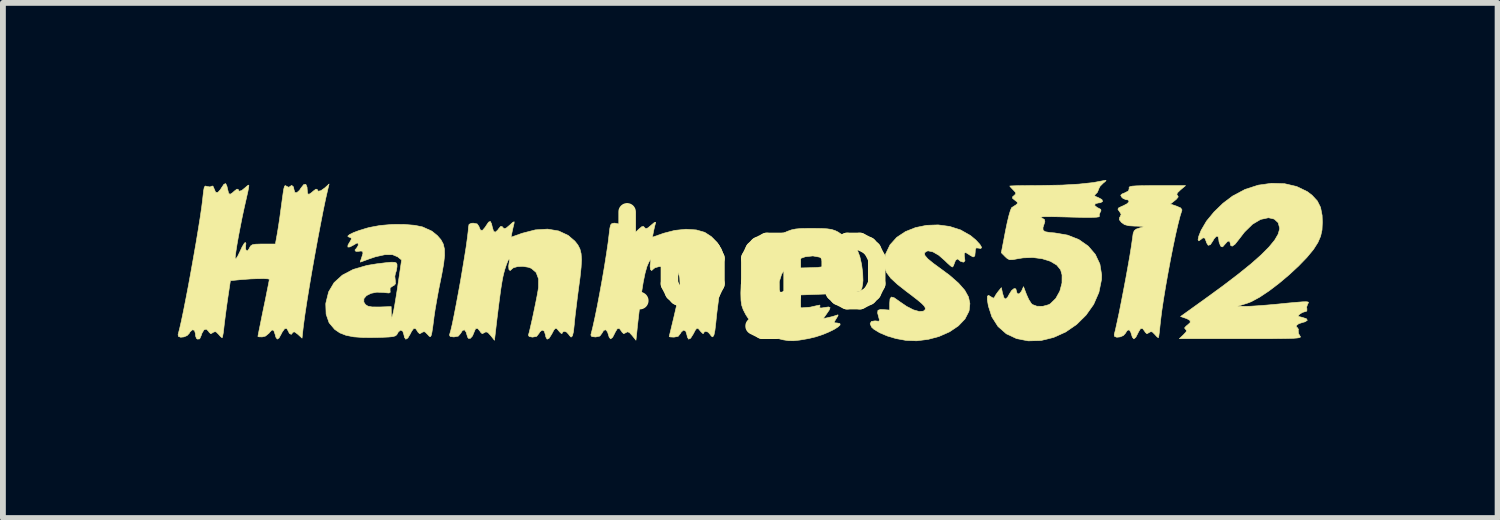
<source format=kicad_pcb>
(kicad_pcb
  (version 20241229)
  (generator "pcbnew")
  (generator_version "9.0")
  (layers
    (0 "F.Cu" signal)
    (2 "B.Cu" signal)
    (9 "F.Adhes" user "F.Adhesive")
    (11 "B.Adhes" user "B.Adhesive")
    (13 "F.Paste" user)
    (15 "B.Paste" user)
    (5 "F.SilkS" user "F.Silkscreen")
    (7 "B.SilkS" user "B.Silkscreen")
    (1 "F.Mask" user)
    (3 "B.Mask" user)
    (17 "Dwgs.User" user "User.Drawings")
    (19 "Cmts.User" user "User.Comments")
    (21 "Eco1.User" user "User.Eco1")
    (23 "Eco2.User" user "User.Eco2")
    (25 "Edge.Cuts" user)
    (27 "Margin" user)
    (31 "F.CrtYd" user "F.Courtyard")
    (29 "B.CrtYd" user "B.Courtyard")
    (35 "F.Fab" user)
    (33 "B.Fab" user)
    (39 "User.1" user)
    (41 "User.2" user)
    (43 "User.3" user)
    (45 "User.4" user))
  (footprint "logo"
    (layer "F.Cu")
    (at 9.812 1.418)
    (property "Reference" "logo" (at 0 0 0) (layer "F.SilkS") (effects (font (size 1.524 1.524) (thickness 0.3))))
    (attr through_hole)
    (fp_poly (pts (xy 3.427 -0.584) (xy 3.615 -0.524) (xy 3.786 -0.427) (xy 3.877 -0.351) (xy 3.947 -0.275) (xy 3.976 -0.225) (xy 3.963 -0.205) (xy 3.923 -0.212) (xy 3.883 -0.216) (xy 3.868 -0.185) (xy 3.866 -0.143) (xy 3.859 -0.077) (xy 3.831 -0.06) (xy 3.775 -0.091) (xy 3.766 -0.098) (xy 3.706 -0.135) (xy 3.678 -0.127) (xy 3.68 -0.072) (xy 3.683 -0.056) (xy 3.69 0.005) (xy 3.67 0.027) (xy 3.659 0.028) (xy 3.61 0.012) (xy 3.598 0) (xy 3.563 -0.027) (xy 3.529 -0.003) (xy 3.511 0.042) (xy 3.491 0.095) (xy 3.474 0.113) (xy 3.445 0.094) (xy 3.391 0.046) (xy 3.346 0.002) (xy 3.241 -0.09) (xy 3.142 -0.147) (xy 3.06 -0.165) (xy 3.034 -0.159) (xy 2.997 -0.131) (xy 3.002 -0.088) (xy 3.053 -0.028) (xy 3.151 0.052) (xy 3.224 0.105) (xy 3.427 0.255) (xy 3.58 0.389) (xy 3.687 0.511) (xy 3.751 0.626) (xy 3.775 0.739) (xy 3.763 0.853) (xy 3.757 0.875) (xy 3.691 1.003) (xy 3.577 1.122) (xy 3.426 1.224) (xy 3.244 1.304) (xy 3.061 1.353) (xy 2.862 1.378) (xy 2.68 1.371) (xy 2.505 1.339) (xy 2.358 1.295) (xy 2.228 1.24) (xy 2.13 1.181) (xy 2.09 1.145) (xy 2.064 1.086) (xy 2.085 1.046) (xy 2.147 1.036) (xy 2.16 1.037) (xy 2.213 1.043) (xy 2.224 1.021) (xy 2.214 0.985) (xy 2.192 0.9) (xy 2.198 0.855) (xy 2.239 0.841) (xy 2.293 0.843) (xy 2.399 0.851) (xy 2.399 0.736) (xy 2.405 0.659) (xy 2.428 0.627) (xy 2.475 0.639) (xy 2.554 0.694) (xy 2.564 0.702) (xy 2.69 0.788) (xy 2.806 0.847) (xy 2.905 0.875) (xy 2.977 0.87) (xy 3.006 0.845) (xy 3.012 0.82) (xy 2.996 0.786) (xy 2.952 0.74) (xy 2.875 0.675) (xy 2.76 0.586) (xy 2.693 0.536) (xy 2.534 0.411) (xy 2.419 0.305) (xy 2.346 0.208) (xy 2.309 0.113) (xy 2.305 0.012) (xy 2.328 -0.103) (xy 2.331 -0.115) (xy 2.405 -0.268) (xy 2.52 -0.396) (xy 2.669 -0.495) (xy 2.842 -0.564) (xy 3.032 -0.603) (xy 3.23 -0.61) (xy 3.427 -0.584)) (stroke (width 0.01) (type solid)) (fill yes) (layer "F.SilkS"))
    (fp_poly (pts (xy 7.387 -1.211) (xy 7.333 -1.159) (xy 7.325 -1.127) (xy 7.336 -1.116) (xy 7.349 -1.091) (xy 7.317 -1.051) (xy 7.293 -1.031) (xy 7.214 -0.968) (xy 7.32 -0.932) (xy 7.391 -0.901) (xy 7.413 -0.867) (xy 7.41 -0.855) (xy 7.38 -0.76) (xy 7.344 -0.619) (xy 7.303 -0.441) (xy 7.26 -0.236) (xy 7.216 -0.013) (xy 7.173 0.218) (xy 7.132 0.449) (xy 7.096 0.669) (xy 7.066 0.868) (xy 7.045 1.039) (xy 7.036 1.122) (xy 7.026 1.221) (xy 7.016 1.294) (xy 7.007 1.326) (xy 7.007 1.326) (xy 6.982 1.307) (xy 6.943 1.264) (xy 6.901 1.223) (xy 6.866 1.225) (xy 6.849 1.237) (xy 6.811 1.257) (xy 6.782 1.23) (xy 6.774 1.215) (xy 6.737 1.166) (xy 6.702 1.17) (xy 6.666 1.228) (xy 6.66 1.242) (xy 6.62 1.319) (xy 6.587 1.345) (xy 6.563 1.317) (xy 6.561 1.314) (xy 6.54 1.247) (xy 6.534 1.228) (xy 6.507 1.189) (xy 6.472 1.202) (xy 6.443 1.249) (xy 6.407 1.288) (xy 6.352 1.311) (xy 6.295 1.317) (xy 6.256 1.302) (xy 6.251 1.27) (xy 6.272 1.188) (xy 6.3 1.06) (xy 6.335 0.898) (xy 6.372 0.711) (xy 6.411 0.51) (xy 6.45 0.304) (xy 6.486 0.105) (xy 6.518 -0.077) (xy 6.543 -0.233) (xy 6.56 -0.351) (xy 6.563 -0.37) (xy 6.575 -0.46) (xy 6.594 -0.511) (xy 6.628 -0.538) (xy 6.684 -0.557) (xy 6.737 -0.572) (xy 6.751 -0.581) (xy 6.719 -0.586) (xy 6.638 -0.589) (xy 6.611 -0.589) (xy 6.5 -0.596) (xy 6.428 -0.615) (xy 6.378 -0.65) (xy 6.376 -0.651) (xy 6.338 -0.7) (xy 6.343 -0.738) (xy 6.352 -0.75) (xy 6.37 -0.792) (xy 6.343 -0.838) (xy 6.339 -0.843) (xy 6.315 -0.876) (xy 6.322 -0.899) (xy 6.371 -0.924) (xy 6.409 -0.94) (xy 6.476 -0.976) (xy 6.505 -1.012) (xy 6.49 -1.038) (xy 6.451 -1.044) (xy 6.403 -1.064) (xy 6.378 -1.087) (xy 6.362 -1.119) (xy 6.387 -1.142) (xy 6.432 -1.16) (xy 6.495 -1.193) (xy 6.508 -1.233) (xy 6.506 -1.238) (xy 6.506 -1.255) (xy 6.521 -1.267) (xy 6.56 -1.275) (xy 6.63 -1.28) (xy 6.737 -1.283) (xy 6.891 -1.284) (xy 6.983 -1.284) (xy 7.474 -1.284) (xy 7.387 -1.211)) (stroke (width 0.01) (type solid)) (fill yes) (layer "F.SilkS"))
    (fp_poly (pts (xy 1.221 -0.549) (xy 1.326 -0.543) (xy 1.402 -0.532) (xy 1.464 -0.512) (xy 1.511 -0.489) (xy 1.633 -0.408) (xy 1.747 -0.303) (xy 1.833 -0.195) (xy 1.849 -0.167) (xy 1.887 -0.066) (xy 1.917 0.067) (xy 1.936 0.211) (xy 1.941 0.342) (xy 1.936 0.401) (xy 1.921 0.48) (xy 1.898 0.52) (xy 1.849 0.538) (xy 1.798 0.546) (xy 1.731 0.552) (xy 1.62 0.56) (xy 1.476 0.567) (xy 1.31 0.575) (xy 1.156 0.581) (xy 0.633 0.6) (xy 0.637 0.533) (xy 0.651 0.455) (xy 0.664 0.413) (xy 0.668 0.342) (xy 0.653 0.306) (xy 0.636 0.264) (xy 0.662 0.238) (xy 0.69 0.226) (xy 0.738 0.195) (xy 0.747 0.163) (xy 0.754 0.146) (xy 0.795 0.134) (xy 0.877 0.128) (xy 1.002 0.125) (xy 1.155 0.12) (xy 1.256 0.107) (xy 1.309 0.084) (xy 1.317 0.05) (xy 1.287 0.003) (xy 1.197 -0.057) (xy 1.082 -0.078) (xy 0.953 -0.064) (xy 0.821 -0.018) (xy 0.699 0.057) (xy 0.597 0.156) (xy 0.546 0.234) (xy 0.505 0.363) (xy 0.506 0.499) (xy 0.543 0.626) (xy 0.615 0.729) (xy 0.682 0.779) (xy 0.774 0.805) (xy 0.898 0.812) (xy 1.035 0.801) (xy 1.154 0.774) (xy 1.201 0.765) (xy 1.204 0.783) (xy 1.2 0.79) (xy 1.196 0.812) (xy 1.232 0.815) (xy 1.28 0.807) (xy 1.351 0.797) (xy 1.377 0.809) (xy 1.362 0.85) (xy 1.321 0.91) (xy 1.26 0.997) (xy 1.342 0.98) (xy 1.422 0.961) (xy 1.478 0.943) (xy 1.512 0.932) (xy 1.513 0.947) (xy 1.482 0.998) (xy 1.451 1.049) (xy 1.453 1.069) (xy 1.493 1.072) (xy 1.495 1.072) (xy 1.545 1.081) (xy 1.549 1.105) (xy 1.514 1.139) (xy 1.448 1.181) (xy 1.359 1.225) (xy 1.254 1.269) (xy 1.139 1.307) (xy 1.023 1.336) (xy 0.993 1.342) (xy 0.852 1.366) (xy 0.748 1.377) (xy 0.661 1.375) (xy 0.572 1.361) (xy 0.48 1.338) (xy 0.288 1.263) (xy 0.117 1.149) (xy -0.019 1.006) (xy -0.068 0.931) (xy -0.113 0.844) (xy -0.139 0.769) (xy -0.151 0.685) (xy -0.154 0.569) (xy -0.154 0.55) (xy -0.149 0.415) (xy -0.132 0.31) (xy -0.098 0.208) (xy -0.073 0.15) (xy 0.029 -0.02) (xy 0.173 -0.185) (xy 0.345 -0.332) (xy 0.532 -0.448) (xy 0.556 -0.459) (xy 0.643 -0.499) (xy 0.715 -0.525) (xy 0.788 -0.54) (xy 0.878 -0.548) (xy 1.002 -0.55) (xy 1.072 -0.55) (xy 1.221 -0.549)) (stroke (width 0.01) (type solid)) (fill yes) (layer "F.SilkS"))
    (fp_poly (pts (xy 9.173 -1.317) (xy 9.38 -1.269) (xy 9.563 -1.181) (xy 9.644 -1.119) (xy 9.734 -1.022) (xy 9.79 -0.911) (xy 9.817 -0.772) (xy 9.821 -0.656) (xy 9.815 -0.523) (xy 9.791 -0.416) (xy 9.745 -0.309) (xy 9.67 -0.191) (xy 9.556 -0.053) (xy 9.413 0.095) (xy 9.25 0.246) (xy 9.078 0.391) (xy 8.906 0.522) (xy 8.744 0.63) (xy 8.601 0.707) (xy 8.533 0.733) (xy 8.368 0.785) (xy 8.509 0.787) (xy 8.589 0.785) (xy 8.711 0.777) (xy 8.858 0.766) (xy 9.017 0.752) (xy 9.059 0.748) (xy 9.248 0.729) (xy 9.387 0.717) (xy 9.484 0.709) (xy 9.544 0.708) (xy 9.575 0.712) (xy 9.584 0.722) (xy 9.576 0.737) (xy 9.57 0.744) (xy 9.551 0.801) (xy 9.556 0.829) (xy 9.555 0.868) (xy 9.533 0.875) (xy 9.481 0.891) (xy 9.439 0.916) (xy 9.406 0.944) (xy 9.415 0.961) (xy 9.472 0.975) (xy 9.476 0.976) (xy 9.547 0.999) (xy 9.563 1.026) (xy 9.524 1.052) (xy 9.482 1.063) (xy 9.415 1.085) (xy 9.376 1.115) (xy 9.376 1.142) (xy 9.391 1.15) (xy 9.411 1.181) (xy 9.407 1.202) (xy 9.412 1.254) (xy 9.436 1.293) (xy 9.445 1.306) (xy 9.443 1.316) (xy 9.425 1.324) (xy 9.387 1.33) (xy 9.323 1.335) (xy 9.228 1.338) (xy 9.097 1.34) (xy 8.925 1.341) (xy 8.707 1.341) (xy 8.438 1.341) (xy 8.424 1.341) (xy 7.368 1.341) (xy 7.44 1.273) (xy 7.485 1.224) (xy 7.488 1.194) (xy 7.475 1.182) (xy 7.457 1.158) (xy 7.484 1.126) (xy 7.5 1.114) (xy 7.553 1.067) (xy 7.553 1.031) (xy 7.498 0.999) (xy 7.476 0.991) (xy 7.389 0.961) (xy 7.808 0.66) (xy 8.118 0.434) (xy 8.38 0.234) (xy 8.598 0.058) (xy 8.773 -0.097) (xy 8.907 -0.232) (xy 9.003 -0.349) (xy 9.062 -0.45) (xy 9.087 -0.537) (xy 9.088 -0.557) (xy 9.063 -0.648) (xy 8.996 -0.71) (xy 8.898 -0.733) (xy 8.895 -0.733) (xy 8.761 -0.704) (xy 8.623 -0.622) (xy 8.486 -0.488) (xy 8.385 -0.357) (xy 8.322 -0.278) (xy 8.274 -0.245) (xy 8.247 -0.259) (xy 8.241 -0.298) (xy 8.227 -0.335) (xy 8.193 -0.326) (xy 8.147 -0.275) (xy 8.111 -0.234) (xy 8.086 -0.237) (xy 8.073 -0.254) (xy 8.049 -0.317) (xy 8.044 -0.36) (xy 8.032 -0.413) (xy 8.003 -0.416) (xy 7.963 -0.371) (xy 7.945 -0.339) (xy 7.9 -0.271) (xy 7.863 -0.26) (xy 7.835 -0.304) (xy 7.829 -0.325) (xy 7.806 -0.383) (xy 7.773 -0.389) (xy 7.739 -0.362) (xy 7.702 -0.336) (xy 7.689 -0.356) (xy 7.701 -0.416) (xy 7.738 -0.509) (xy 7.743 -0.52) (xy 7.833 -0.674) (xy 7.963 -0.832) (xy 8.118 -0.982) (xy 8.281 -1.105) (xy 8.495 -1.219) (xy 8.721 -1.292) (xy 8.95 -1.324) (xy 9.173 -1.317)) (stroke (width 0.01) (type solid)) (fill yes) (layer "F.SilkS"))
    (fp_poly (pts (xy -5.746 -0.603) (xy -5.615 -0.576) (xy -5.454 -0.503) (xy -5.36 -0.427) (xy -5.299 -0.357) (xy -5.259 -0.283) (xy -5.238 -0.195) (xy -5.236 -0.084) (xy -5.252 0.059) (xy -5.285 0.243) (xy -5.302 0.326) (xy -5.337 0.498) (xy -5.37 0.679) (xy -5.399 0.847) (xy -5.419 0.983) (xy -5.419 0.988) (xy -5.438 1.134) (xy -5.453 1.232) (xy -5.466 1.287) (xy -5.48 1.308) (xy -5.498 1.301) (xy -5.523 1.273) (xy -5.529 1.267) (xy -5.572 1.224) (xy -5.606 1.224) (xy -5.625 1.237) (xy -5.663 1.257) (xy -5.692 1.23) (xy -5.7 1.215) (xy -5.734 1.167) (xy -5.767 1.168) (xy -5.804 1.219) (xy -5.822 1.256) (xy -5.866 1.33) (xy -5.901 1.351) (xy -5.925 1.317) (xy -5.932 1.279) (xy -5.953 1.213) (xy -5.99 1.194) (xy -6.029 1.226) (xy -6.041 1.247) (xy -6.056 1.274) (xy -6.08 1.293) (xy -6.122 1.306) (xy -6.193 1.313) (xy -6.302 1.318) (xy -6.411 1.321) (xy -6.625 1.322) (xy -6.794 1.31) (xy -6.926 1.284) (xy -7.033 1.242) (xy -7.121 1.182) (xy -7.217 1.068) (xy -7.268 0.921) (xy -7.274 0.747) (xy -7.272 0.729) (xy -7.225 0.539) (xy -7.131 0.38) (xy -6.99 0.252) (xy -6.802 0.153) (xy -6.567 0.085) (xy -6.402 0.058) (xy -6.255 0.04) (xy -6.156 0.03) (xy -6.095 0.031) (xy -6.063 0.043) (xy -6.052 0.067) (xy -6.052 0.105) (xy -6.052 0.108) (xy -6.064 0.179) (xy -6.079 0.222) (xy -6.089 0.272) (xy -6.082 0.337) (xy -6.077 0.399) (xy -6.104 0.429) (xy -6.125 0.438) (xy -6.17 0.47) (xy -6.171 0.512) (xy -6.168 0.545) (xy -6.189 0.558) (xy -6.249 0.553) (xy -6.28 0.549) (xy -6.398 0.544) (xy -6.499 0.564) (xy -6.576 0.603) (xy -6.62 0.655) (xy -6.621 0.714) (xy -6.592 0.758) (xy -6.55 0.784) (xy -6.481 0.797) (xy -6.374 0.798) (xy -6.349 0.798) (xy -6.152 0.791) (xy -6.15 0.896) (xy -6.148 1.002) (xy -6.122 0.917) (xy -6.109 0.86) (xy -6.09 0.759) (xy -6.068 0.626) (xy -6.044 0.476) (xy -6.035 0.412) (xy -5.973 -0.008) (xy -6.041 -0.063) (xy -6.13 -0.1) (xy -6.257 -0.1) (xy -6.42 -0.064) (xy -6.53 -0.027) (xy -6.611 0.003) (xy -6.666 0.023) (xy -6.681 0.028) (xy -6.677 0.006) (xy -6.66 -0.044) (xy -6.636 -0.122) (xy -6.642 -0.159) (xy -6.682 -0.162) (xy -6.703 -0.158) (xy -6.757 -0.156) (xy -6.774 -0.179) (xy -6.745 -0.212) (xy -6.745 -0.212) (xy -6.72 -0.252) (xy -6.717 -0.273) (xy -6.722 -0.3) (xy -6.748 -0.295) (xy -6.786 -0.271) (xy -6.859 -0.232) (xy -6.895 -0.23) (xy -6.893 -0.264) (xy -6.875 -0.295) (xy -6.839 -0.355) (xy -6.836 -0.385) (xy -6.867 -0.399) (xy -6.879 -0.402) (xy -6.897 -0.417) (xy -6.867 -0.444) (xy -6.798 -0.478) (xy -6.697 -0.516) (xy -6.571 -0.554) (xy -6.527 -0.566) (xy -6.344 -0.6) (xy -6.139 -0.618) (xy -5.934 -0.619) (xy -5.746 -0.603)) (stroke (width 0.01) (type solid)) (fill yes) (layer "F.SilkS"))
    (fp_poly (pts (xy 6.097 -1.355) (xy 6.061 -1.326) (xy 6.008 -1.273) (xy 5.983 -1.225) (xy 5.983 -1.221) (xy 5.962 -1.169) (xy 5.936 -1.143) (xy 5.912 -1.118) (xy 5.928 -1.099) (xy 5.981 -1.077) (xy 6.04 -1.045) (xy 6.051 -1.012) (xy 6.014 -0.99) (xy 5.983 -0.988) (xy 5.925 -0.974) (xy 5.916 -0.943) (xy 5.958 -0.908) (xy 5.97 -0.903) (xy 6.02 -0.877) (xy 6.023 -0.849) (xy 6.012 -0.833) (xy 5.993 -0.784) (xy 5.998 -0.761) (xy 5.989 -0.749) (xy 5.944 -0.742) (xy 5.857 -0.739) (xy 5.725 -0.739) (xy 5.542 -0.743) (xy 5.471 -0.745) (xy 5.277 -0.75) (xy 5.135 -0.752) (xy 5.043 -0.751) (xy 4.996 -0.745) (xy 4.991 -0.737) (xy 5.001 -0.732) (xy 5.053 -0.704) (xy 5.061 -0.666) (xy 5.05 -0.631) (xy 5.028 -0.562) (xy 5.031 -0.518) (xy 5.068 -0.493) (xy 5.148 -0.479) (xy 5.228 -0.473) (xy 5.451 -0.435) (xy 5.645 -0.358) (xy 5.805 -0.246) (xy 5.926 -0.105) (xy 6.005 0.062) (xy 6.035 0.249) (xy 6.033 0.325) (xy 5.988 0.547) (xy 5.898 0.753) (xy 5.767 0.938) (xy 5.605 1.098) (xy 5.417 1.227) (xy 5.211 1.32) (xy 4.995 1.373) (xy 4.775 1.379) (xy 4.578 1.341) (xy 4.4 1.258) (xy 4.257 1.132) (xy 4.152 0.967) (xy 4.092 0.781) (xy 4.074 0.672) (xy 4.075 0.613) (xy 4.095 0.598) (xy 4.137 0.623) (xy 4.138 0.624) (xy 4.179 0.648) (xy 4.198 0.628) (xy 4.224 0.582) (xy 4.262 0.53) (xy 4.315 0.466) (xy 4.334 0.558) (xy 4.358 0.638) (xy 4.387 0.662) (xy 4.423 0.63) (xy 4.45 0.58) (xy 4.491 0.515) (xy 4.533 0.482) (xy 4.563 0.487) (xy 4.572 0.52) (xy 4.587 0.57) (xy 4.62 0.573) (xy 4.657 0.532) (xy 4.662 0.523) (xy 4.695 0.449) (xy 4.746 0.584) (xy 4.785 0.67) (xy 4.827 0.736) (xy 4.845 0.755) (xy 4.925 0.785) (xy 5.027 0.786) (xy 5.125 0.759) (xy 5.153 0.744) (xy 5.248 0.652) (xy 5.318 0.526) (xy 5.355 0.386) (xy 5.356 0.248) (xy 5.331 0.16) (xy 5.265 0.079) (xy 5.156 0.014) (xy 5.016 -0.03) (xy 4.856 -0.051) (xy 4.688 -0.045) (xy 4.6 -0.031) (xy 4.511 -0.014) (xy 4.456 -0.013) (xy 4.416 -0.033) (xy 4.381 -0.065) (xy 4.314 -0.133) (xy 4.386 -0.509) (xy 4.415 -0.649) (xy 4.444 -0.769) (xy 4.47 -0.857) (xy 4.49 -0.904) (xy 4.494 -0.908) (xy 4.565 -0.953) (xy 4.594 -0.981) (xy 4.584 -1.005) (xy 4.549 -1.032) (xy 4.506 -1.067) (xy 4.507 -1.092) (xy 4.532 -1.113) (xy 4.562 -1.142) (xy 4.555 -1.171) (xy 4.52 -1.209) (xy 4.477 -1.254) (xy 4.459 -1.277) (xy 4.459 -1.277) (xy 4.486 -1.279) (xy 4.561 -1.282) (xy 4.675 -1.284) (xy 4.82 -1.285) (xy 4.988 -1.286) (xy 5.017 -1.287) (xy 5.354 -1.293) (xy 5.646 -1.31) (xy 5.89 -1.336) (xy 6.081 -1.372) (xy 6.082 -1.372) (xy 6.111 -1.375) (xy 6.097 -1.355)) (stroke (width 0.01) (type solid)) (fill yes) (layer "F.SilkS"))
    (fp_poly (pts (xy -2.003 -0.625) (xy -1.991 -0.575) (xy -1.972 -0.473) (xy -1.902 -0.539) (xy -1.851 -0.581) (xy -1.822 -0.583) (xy -1.806 -0.564) (xy -1.783 -0.545) (xy -1.747 -0.559) (xy -1.69 -0.607) (xy -1.638 -0.651) (xy -1.615 -0.656) (xy -1.617 -0.644) (xy -1.633 -0.584) (xy -1.651 -0.503) (xy -1.652 -0.498) (xy -1.671 -0.399) (xy -1.477 -0.467) (xy -1.287 -0.516) (xy -1.095 -0.536) (xy -0.918 -0.524) (xy -0.774 -0.483) (xy -0.66 -0.409) (xy -0.559 -0.306) (xy -0.486 -0.19) (xy -0.461 -0.114) (xy -0.458 -0.047) (xy -0.463 0.065) (xy -0.477 0.21) (xy -0.497 0.378) (xy -0.503 0.423) (xy -0.526 0.593) (xy -0.548 0.761) (xy -0.567 0.912) (xy -0.579 1.028) (xy -0.582 1.058) (xy -0.598 1.195) (xy -0.615 1.278) (xy -0.636 1.311) (xy -0.662 1.296) (xy -0.675 1.275) (xy -0.714 1.23) (xy -0.758 1.214) (xy -0.787 1.231) (xy -0.791 1.249) (xy -0.805 1.254) (xy -0.84 1.221) (xy -0.845 1.214) (xy -0.882 1.17) (xy -0.908 1.162) (xy -0.935 1.195) (xy -0.971 1.263) (xy -1.016 1.334) (xy -1.05 1.35) (xy -1.072 1.312) (xy -1.078 1.279) (xy -1.099 1.212) (xy -1.136 1.194) (xy -1.176 1.227) (xy -1.188 1.249) (xy -1.23 1.302) (xy -1.301 1.315) (xy -1.359 1.312) (xy -1.383 1.307) (xy -1.377 1.279) (xy -1.359 1.207) (xy -1.334 1.102) (xy -1.303 0.974) (xy -1.301 0.965) (xy -1.247 0.732) (xy -1.212 0.546) (xy -1.197 0.401) (xy -1.202 0.293) (xy -1.228 0.214) (xy -1.274 0.16) (xy -1.342 0.125) (xy -1.372 0.116) (xy -1.465 0.101) (xy -1.557 0.105) (xy -1.628 0.125) (xy -1.653 0.145) (xy -1.684 0.173) (xy -1.705 0.154) (xy -1.711 0.096) (xy -1.707 0.064) (xy -1.698 -0.003) (xy -1.701 -0.019) (xy -1.721 0.01) (xy -1.732 0.029) (xy -1.765 0.105) (xy -1.797 0.219) (xy -1.829 0.375) (xy -1.861 0.575) (xy -1.893 0.824) (xy -1.928 1.125) (xy -1.935 1.199) (xy -1.953 1.368) (xy -2.019 1.286) (xy -2.067 1.234) (xy -2.101 1.224) (xy -2.127 1.239) (xy -2.164 1.256) (xy -2.194 1.227) (xy -2.2 1.215) (xy -2.238 1.166) (xy -2.272 1.17) (xy -2.308 1.228) (xy -2.314 1.242) (xy -2.354 1.319) (xy -2.388 1.345) (xy -2.412 1.317) (xy -2.413 1.314) (xy -2.434 1.247) (xy -2.44 1.228) (xy -2.469 1.189) (xy -2.507 1.199) (xy -2.537 1.249) (xy -2.573 1.297) (xy -2.642 1.312) (xy -2.649 1.312) (xy -2.711 1.305) (xy -2.727 1.279) (xy -2.725 1.27) (xy -2.694 1.147) (xy -2.657 0.98) (xy -2.616 0.78) (xy -2.574 0.559) (xy -2.532 0.328) (xy -2.493 0.1) (xy -2.459 -0.115) (xy -2.431 -0.305) (xy -2.413 -0.454) (xy -2.401 -0.553) (xy -2.388 -0.609) (xy -2.366 -0.633) (xy -2.33 -0.64) (xy -2.313 -0.64) (xy -2.248 -0.626) (xy -2.218 -0.578) (xy -2.217 -0.574) (xy -2.191 -0.518) (xy -2.156 -0.518) (xy -2.113 -0.574) (xy -2.103 -0.593) (xy -2.06 -0.659) (xy -2.028 -0.67) (xy -2.003 -0.625)) (stroke (width 0.01) (type solid)) (fill yes) (layer "F.SilkS"))
    (fp_poly (pts (xy -4.43 -0.628) (xy -4.419 -0.579) (xy -4.397 -0.504) (xy -4.368 -0.484) (xy -4.327 -0.518) (xy -4.309 -0.543) (xy -4.273 -0.585) (xy -4.248 -0.581) (xy -4.236 -0.565) (xy -4.212 -0.545) (xy -4.177 -0.557) (xy -4.119 -0.606) (xy -4.118 -0.607) (xy -4.065 -0.655) (xy -4.042 -0.664) (xy -4.044 -0.638) (xy -4.044 -0.635) (xy -4.061 -0.566) (xy -4.078 -0.489) (xy -4.096 -0.399) (xy -3.904 -0.467) (xy -3.679 -0.525) (xy -3.469 -0.538) (xy -3.279 -0.506) (xy -3.116 -0.43) (xy -3 -0.33) (xy -2.949 -0.265) (xy -2.914 -0.197) (xy -2.894 -0.117) (xy -2.887 -0.015) (xy -2.894 0.117) (xy -2.912 0.289) (xy -2.932 0.437) (xy -2.955 0.61) (xy -2.976 0.782) (xy -2.995 0.936) (xy -3.008 1.057) (xy -3.011 1.095) (xy -3.025 1.221) (xy -3.043 1.294) (xy -3.066 1.315) (xy -3.095 1.286) (xy -3.104 1.271) (xy -3.143 1.228) (xy -3.187 1.214) (xy -3.215 1.233) (xy -3.218 1.249) (xy -3.232 1.254) (xy -3.267 1.221) (xy -3.272 1.214) (xy -3.309 1.17) (xy -3.335 1.162) (xy -3.362 1.195) (xy -3.398 1.263) (xy -3.443 1.334) (xy -3.477 1.35) (xy -3.499 1.312) (xy -3.505 1.279) (xy -3.526 1.212) (xy -3.563 1.194) (xy -3.603 1.227) (xy -3.615 1.249) (xy -3.657 1.302) (xy -3.728 1.315) (xy -3.785 1.304) (xy -3.798 1.28) (xy -3.783 1.229) (xy -3.761 1.135) (xy -3.733 1.013) (xy -3.704 0.876) (xy -3.675 0.737) (xy -3.65 0.611) (xy -3.632 0.51) (xy -3.625 0.463) (xy -3.624 0.316) (xy -3.665 0.206) (xy -3.747 0.135) (xy -3.799 0.116) (xy -3.892 0.101) (xy -3.985 0.105) (xy -4.055 0.125) (xy -4.08 0.145) (xy -4.111 0.173) (xy -4.132 0.155) (xy -4.137 0.098) (xy -4.133 0.071) (xy -4.123 -0.003) (xy -4.128 -0.026) (xy -4.146 -0.001) (xy -4.174 0.067) (xy -4.202 0.151) (xy -4.219 0.213) (xy -4.236 0.284) (xy -4.252 0.371) (xy -4.27 0.482) (xy -4.289 0.622) (xy -4.312 0.799) (xy -4.339 1.019) (xy -4.365 1.242) (xy -4.38 1.369) (xy -4.446 1.286) (xy -4.494 1.234) (xy -4.528 1.224) (xy -4.554 1.239) (xy -4.591 1.256) (xy -4.621 1.227) (xy -4.627 1.215) (xy -4.668 1.165) (xy -4.704 1.17) (xy -4.729 1.227) (xy -4.757 1.295) (xy -4.793 1.335) (xy -4.826 1.337) (xy -4.84 1.316) (xy -4.861 1.248) (xy -4.867 1.228) (xy -4.895 1.189) (xy -4.93 1.202) (xy -4.959 1.249) (xy -5.001 1.298) (xy -5.076 1.312) (xy -5.076 1.312) (xy -5.139 1.304) (xy -5.152 1.279) (xy -5.151 1.274) (xy -5.131 1.207) (xy -5.104 1.093) (xy -5.073 0.941) (xy -5.038 0.761) (xy -5.001 0.563) (xy -4.963 0.355) (xy -4.928 0.147) (xy -4.895 -0.052) (xy -4.866 -0.233) (xy -4.845 -0.387) (xy -4.831 -0.503) (xy -4.826 -0.57) (xy -4.816 -0.62) (xy -4.776 -0.638) (xy -4.743 -0.64) (xy -4.677 -0.627) (xy -4.646 -0.583) (xy -4.644 -0.574) (xy -4.619 -0.519) (xy -4.584 -0.518) (xy -4.538 -0.572) (xy -4.525 -0.593) (xy -4.481 -0.658) (xy -4.451 -0.67) (xy -4.43 -0.628)) (stroke (width 0.01) (type solid)) (fill yes) (layer "F.SilkS"))
    (fp_poly (pts (xy -8.97 -1.276) (xy -8.959 -1.228) (xy -8.941 -1.155) (xy -8.917 -1.134) (xy -8.874 -1.161) (xy -8.842 -1.19) (xy -8.799 -1.223) (xy -8.777 -1.221) (xy -8.777 -1.218) (xy -8.761 -1.188) (xy -8.717 -1.199) (xy -8.662 -1.244) (xy -8.617 -1.283) (xy -8.594 -1.293) (xy -8.595 -1.264) (xy -8.608 -1.192) (xy -8.63 -1.094) (xy -8.638 -1.058) (xy -8.671 -0.913) (xy -8.706 -0.751) (xy -8.739 -0.584) (xy -8.77 -0.423) (xy -8.796 -0.276) (xy -8.815 -0.155) (xy -8.826 -0.069) (xy -8.828 -0.032) (xy -8.813 -0.031) (xy -8.784 -0.074) (xy -8.748 -0.148) (xy -8.709 -0.232) (xy -8.674 -0.291) (xy -8.655 -0.31) (xy -8.643 -0.289) (xy -8.648 -0.261) (xy -8.649 -0.2) (xy -8.64 -0.176) (xy -8.617 -0.163) (xy -8.589 -0.202) (xy -8.585 -0.211) (xy -8.564 -0.248) (xy -8.534 -0.269) (xy -8.481 -0.279) (xy -8.391 -0.282) (xy -8.345 -0.282) (xy -8.138 -0.282) (xy -8.106 -0.459) (xy -8.087 -0.575) (xy -8.065 -0.719) (xy -8.046 -0.861) (xy -8.044 -0.875) (xy -8.022 -1.038) (xy -8.006 -1.153) (xy -7.994 -1.228) (xy -7.983 -1.268) (xy -7.972 -1.284) (xy -7.958 -1.281) (xy -7.945 -1.271) (xy -7.905 -1.255) (xy -7.889 -1.269) (xy -7.858 -1.288) (xy -7.829 -1.263) (xy -7.818 -1.212) (xy -7.804 -1.165) (xy -7.769 -1.164) (xy -7.724 -1.204) (xy -7.698 -1.244) (xy -7.652 -1.302) (xy -7.616 -1.306) (xy -7.595 -1.257) (xy -7.592 -1.212) (xy -7.586 -1.149) (xy -7.563 -1.134) (xy -7.516 -1.165) (xy -7.488 -1.19) (xy -7.444 -1.223) (xy -7.423 -1.221) (xy -7.422 -1.218) (xy -7.405 -1.188) (xy -7.358 -1.197) (xy -7.293 -1.243) (xy -7.286 -1.249) (xy -7.217 -1.312) (xy -7.237 -1.228) (xy -7.275 -1.063) (xy -7.318 -0.856) (xy -7.365 -0.615) (xy -7.415 -0.352) (xy -7.465 -0.078) (xy -7.514 0.199) (xy -7.559 0.466) (xy -7.599 0.713) (xy -7.632 0.931) (xy -7.656 1.108) (xy -7.663 1.167) (xy -7.681 1.332) (xy -7.753 1.266) (xy -7.808 1.225) (xy -7.836 1.23) (xy -7.838 1.235) (xy -7.866 1.268) (xy -7.898 1.251) (xy -7.916 1.214) (xy -7.944 1.164) (xy -7.98 1.171) (xy -8.024 1.233) (xy -8.035 1.256) (xy -8.076 1.33) (xy -8.106 1.349) (xy -8.13 1.316) (xy -8.142 1.27) (xy -8.165 1.203) (xy -8.196 1.191) (xy -8.238 1.234) (xy -8.246 1.246) (xy -8.308 1.297) (xy -8.363 1.311) (xy -8.418 1.31) (xy -8.438 1.304) (xy -8.433 1.275) (xy -8.418 1.199) (xy -8.395 1.086) (xy -8.367 0.946) (xy -8.34 0.815) (xy -8.307 0.658) (xy -8.28 0.521) (xy -8.258 0.413) (xy -8.245 0.344) (xy -8.241 0.323) (xy -8.267 0.315) (xy -8.337 0.311) (xy -8.438 0.312) (xy -8.557 0.316) (xy -8.682 0.325) (xy -8.724 0.328) (xy -8.91 0.346) (xy -8.957 0.66) (xy -8.978 0.809) (xy -8.998 0.959) (xy -9.014 1.088) (xy -9.021 1.15) (xy -9.032 1.241) (xy -9.044 1.305) (xy -9.052 1.326) (xy -9.077 1.307) (xy -9.115 1.264) (xy -9.157 1.223) (xy -9.192 1.225) (xy -9.209 1.237) (xy -9.247 1.257) (xy -9.276 1.23) (xy -9.285 1.214) (xy -9.323 1.177) (xy -9.364 1.191) (xy -9.399 1.251) (xy -9.41 1.285) (xy -9.437 1.345) (xy -9.475 1.349) (xy -9.492 1.336) (xy -9.507 1.295) (xy -9.511 1.251) (xy -9.526 1.198) (xy -9.562 1.189) (xy -9.602 1.225) (xy -9.615 1.249) (xy -9.652 1.288) (xy -9.707 1.311) (xy -9.763 1.317) (xy -9.802 1.302) (xy -9.807 1.27) (xy -9.783 1.178) (xy -9.751 1.039) (xy -9.714 0.862) (xy -9.673 0.654) (xy -9.629 0.425) (xy -9.585 0.184) (xy -9.541 -0.063) (xy -9.499 -0.304) (xy -9.461 -0.533) (xy -9.428 -0.74) (xy -9.402 -0.918) (xy -9.385 -1.056) (xy -9.381 -1.095) (xy -9.369 -1.199) (xy -9.358 -1.256) (xy -9.341 -1.277) (xy -9.317 -1.272) (xy -9.314 -1.27) (xy -9.257 -1.261) (xy -9.237 -1.273) (xy -9.21 -1.277) (xy -9.189 -1.23) (xy -9.163 -1.17) (xy -9.126 -1.166) (xy -9.08 -1.217) (xy -9.065 -1.242) (xy -9.021 -1.307) (xy -8.991 -1.319) (xy -8.97 -1.276)) (stroke (width 0.01) (type solid)) (fill yes) (layer "F.SilkS")))
  (gr_rect
    (start -3 -3)
    (end 22.639 5.836)
    (stroke (width 0.1) (type default))
    (fill no)
    (layer "Edge.Cuts")))
</source>
